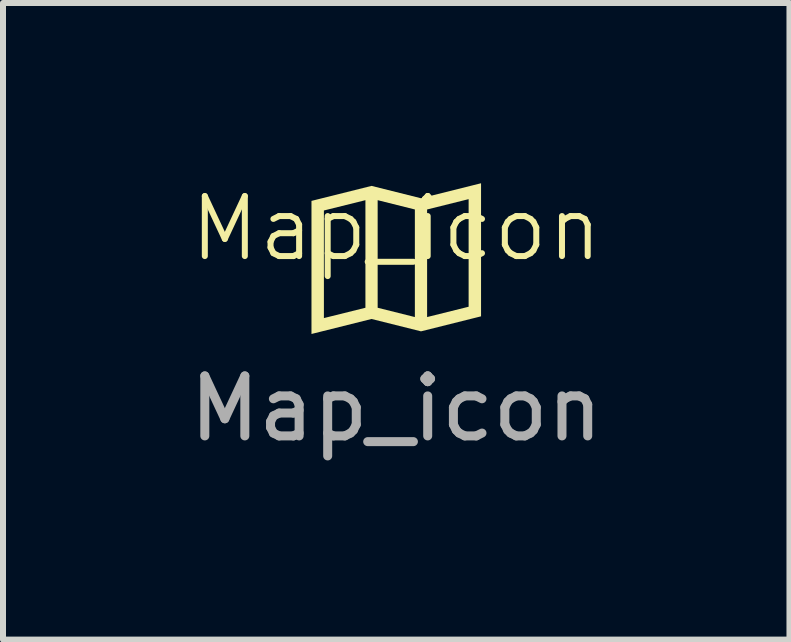
<source format=kicad_pcb>
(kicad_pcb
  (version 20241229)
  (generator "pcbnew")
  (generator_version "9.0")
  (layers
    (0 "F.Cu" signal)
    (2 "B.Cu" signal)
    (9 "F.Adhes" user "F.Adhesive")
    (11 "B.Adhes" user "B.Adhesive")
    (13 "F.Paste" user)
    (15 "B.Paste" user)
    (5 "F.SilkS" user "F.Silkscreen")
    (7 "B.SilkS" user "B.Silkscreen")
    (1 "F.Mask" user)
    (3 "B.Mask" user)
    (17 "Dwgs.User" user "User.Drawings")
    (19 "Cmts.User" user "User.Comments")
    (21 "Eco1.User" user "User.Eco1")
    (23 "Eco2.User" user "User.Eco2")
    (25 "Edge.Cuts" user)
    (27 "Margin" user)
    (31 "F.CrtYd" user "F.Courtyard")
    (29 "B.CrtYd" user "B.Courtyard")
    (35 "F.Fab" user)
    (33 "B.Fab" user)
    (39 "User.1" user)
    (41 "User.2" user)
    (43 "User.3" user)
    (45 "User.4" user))
  (footprint "Map_icon"
    (layer "F.Cu")
    (at 3.554 1.26)
    (property "Reference" "Map_icon" (at 0 -0.5 0) (unlocked yes) (layer "F.SilkS") (effects (font (size 1 1) (thickness 0.1))))
    (attr board_only exclude_from_pos_files exclude_from_bom)
    (fp_poly (pts (xy 1.413 0.962) (xy 0.412 1.212) (xy -0.412 1.006) (xy -1.413 1.256) (xy -1.413 -0.802) (xy -1.206 -0.802) (xy -1.206 0.991) (xy -0.514 0.819) (xy -0.31 0.819) (xy 0.31 0.974) (xy 0.31 -0.819) (xy 0.514 -0.819) (xy 0.514 0.974) (xy 1.206 0.802) (xy 1.206 0.802) (xy 1.206 -0.991) (xy 0.514 -0.819) (xy 0.31 -0.819) (xy -0.31 -0.974) (xy -0.31 0.819) (xy -0.514 0.819) (xy -0.514 0.819) (xy -0.514 -0.974) (xy -1.206 -0.802) (xy -1.413 -0.802) (xy -1.413 -0.962) (xy -0.412 -1.212) (xy 0.412 -1.006) (xy 1.413 -1.256)) (stroke (width 0) (type solid)) (fill yes) (layer "F.SilkS"))
    (fp_text user "${REFERENCE}" (at 0 2.5 0) (unlocked yes) (layer "F.Fab") (effects (font (size 1 1) (thickness 0.15)))))
  (gr_rect
    (start -3 -3)
    (end 10.107 7.609)
    (stroke (width 0.1) (type default))
    (fill no)
    (layer "Edge.Cuts")))
</source>
